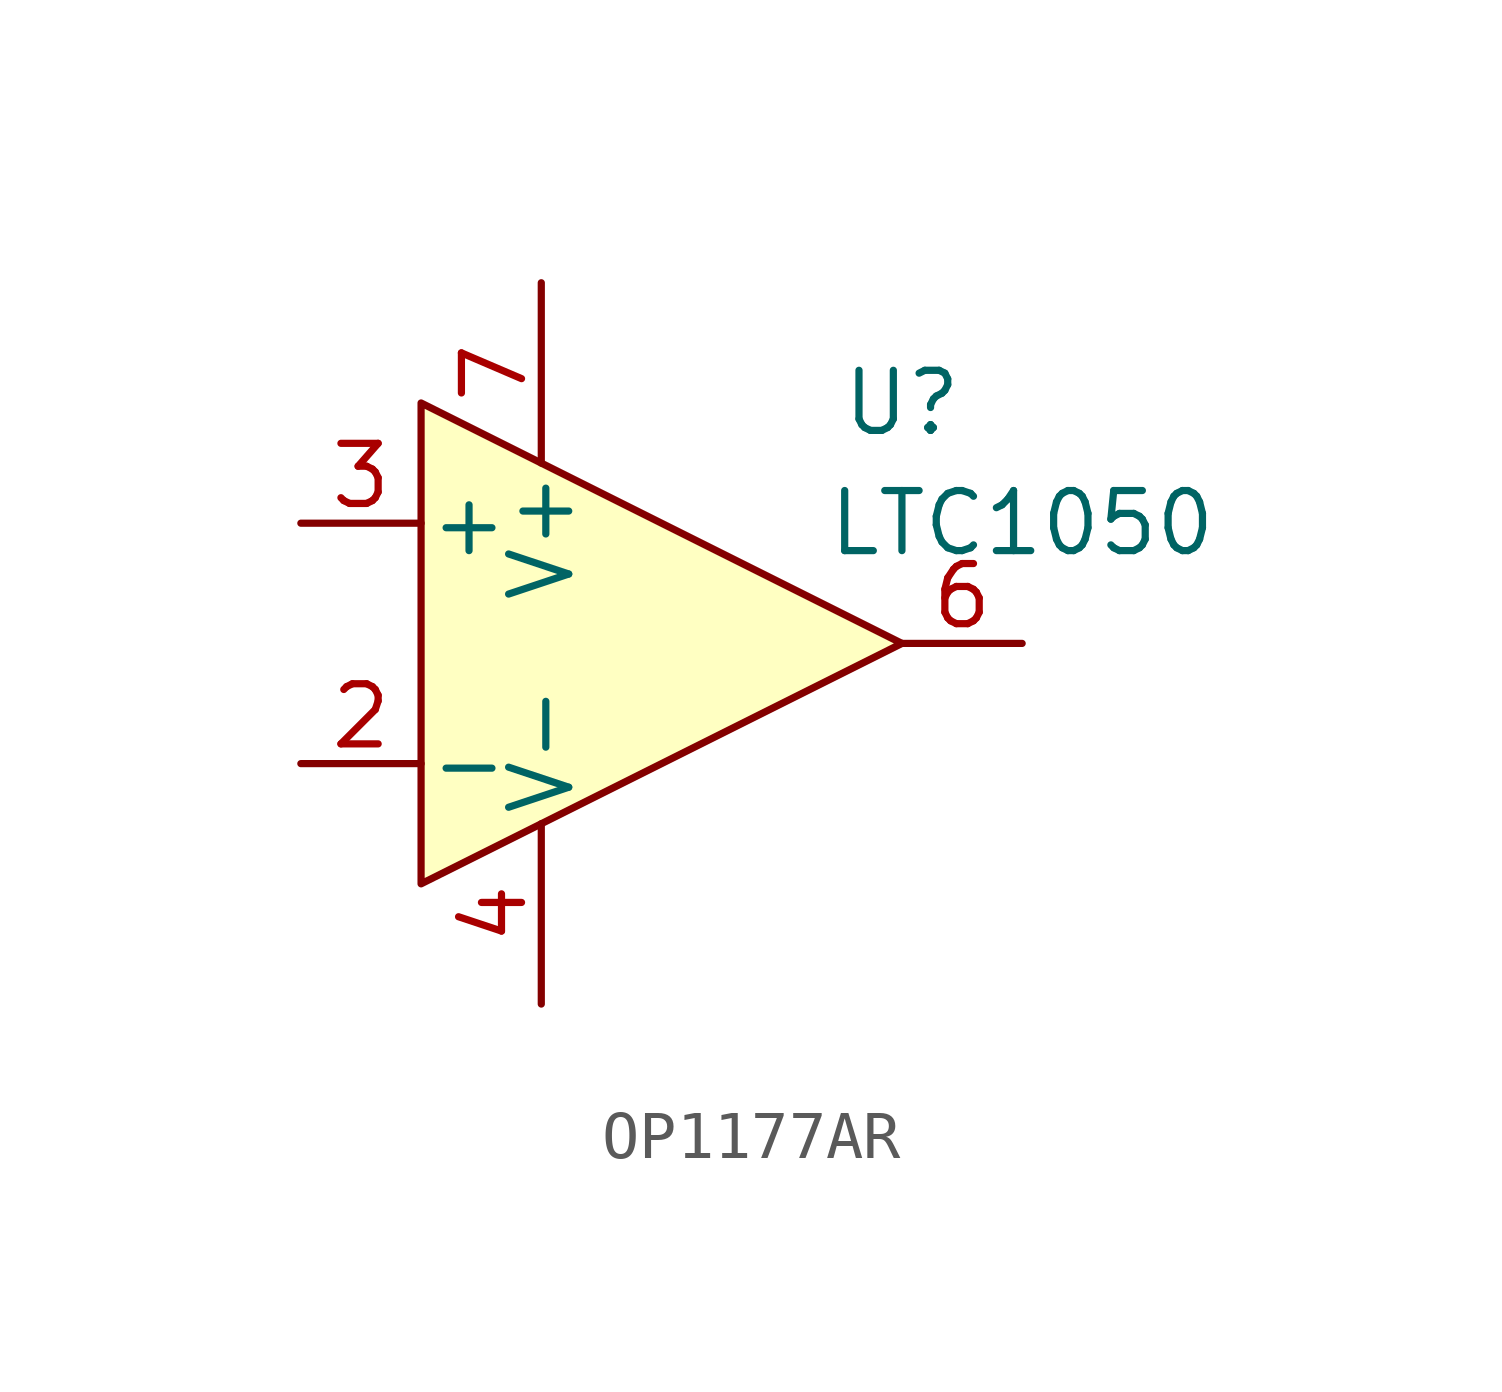
<source format=kicad_sym>
(kicad_symbol_lib
  (version 20231120)
  (generator "kicad_symbol_editor")
  (generator_version "8.0")
  (symbol "OP1177AR"
    (pin_names
      (offset 0.127))
    (property "Reference" "U"
      (at 5.08 5.08 0)
      (effects (font (size 1.27 1.27))))
    (property "Value" "LTC1050"
      (at 7.62 2.54 0)
      (effects (font (size 1.27 1.27))))
    (symbol "OP1177AR_0_1"
      (polyline (pts (xy -5.08 5.08) (xy -5.08 -5.08) (xy 5.08 0) (xy -5.08 5.08)) (stroke (width 0) (type default)) (fill (type background))))
    (symbol "OP1177AR_1_1"
      (pin no_connect line (at -5.08 0 0) (length 3.81) hide (name "NC" (effects (font (size 1.27 1.27)))) (number "1" (effects (font (size 1.27 1.27)))))
      (pin input line (at -7.62 -2.54 0) (length 2.54) (name "-" (effects (font (size 1.27 1.27)))) (number "2" (effects (font (size 1.27 1.27)))))
      (pin input line (at -7.62 2.54 0) (length 2.54) (name "+" (effects (font (size 1.27 1.27)))) (number "3" (effects (font (size 1.27 1.27)))))
      (pin power_in line (at -2.54 -7.62 90) (length 3.81) (name "V-" (effects (font (size 1.27 1.27)))) (number "4" (effects (font (size 1.27 1.27)))))
      (pin no_connect line (at 0 -2.54 90) (length 3.81) hide (name "NC" (effects (font (size 1.27 1.27)))) (number "5" (effects (font (size 1.27 1.27)))))
      (pin output line (at 7.62 0 180) (length 2.54) (name "~" (effects (font (size 1.27 1.27)))) (number "6" (effects (font (size 1.27 1.27)))))
      (pin power_in line (at -2.54 7.62 270) (length 3.81) (name "V+" (effects (font (size 1.27 1.27)))) (number "7" (effects (font (size 1.27 1.27)))))
      (pin no_connect line (at 0 2.54 270) (length 3.81) hide (name "NC" (effects (font (size 1.27 1.27)))) (number "8" (effects (font (size 1.27 1.27))))))))
</source>
